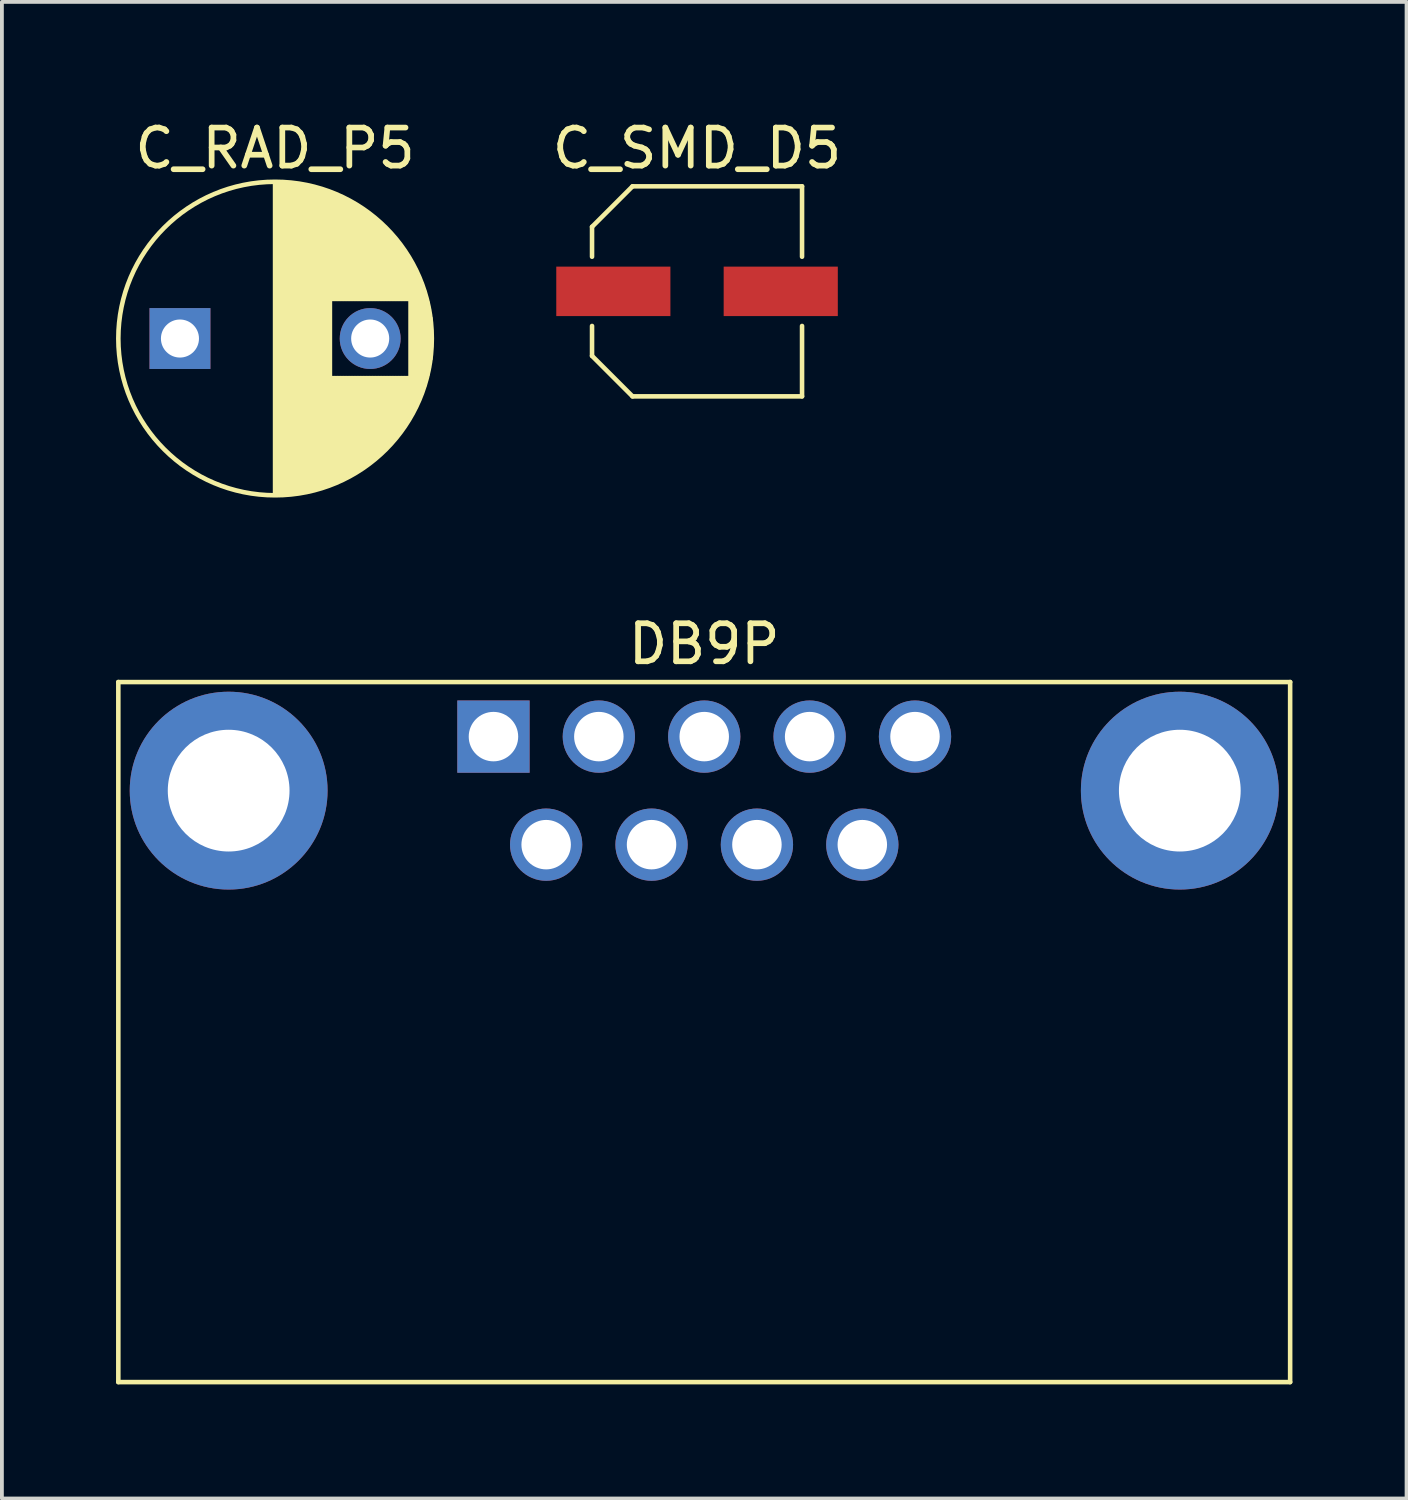
<source format=kicad_pcb>
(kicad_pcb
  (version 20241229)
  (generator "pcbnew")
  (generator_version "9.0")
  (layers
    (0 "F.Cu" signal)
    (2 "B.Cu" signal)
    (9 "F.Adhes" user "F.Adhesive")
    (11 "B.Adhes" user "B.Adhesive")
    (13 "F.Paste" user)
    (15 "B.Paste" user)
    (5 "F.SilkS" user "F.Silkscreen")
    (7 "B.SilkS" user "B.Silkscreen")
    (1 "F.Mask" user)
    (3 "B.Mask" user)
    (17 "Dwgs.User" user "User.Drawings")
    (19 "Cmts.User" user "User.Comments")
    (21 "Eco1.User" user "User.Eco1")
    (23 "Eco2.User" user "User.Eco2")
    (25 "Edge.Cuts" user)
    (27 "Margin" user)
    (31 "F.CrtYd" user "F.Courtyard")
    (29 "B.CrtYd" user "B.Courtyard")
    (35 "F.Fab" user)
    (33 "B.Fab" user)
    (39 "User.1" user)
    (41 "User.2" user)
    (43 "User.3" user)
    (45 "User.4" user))
  (footprint "DB9P"
    (layer "F.Cu")
    (at 9.92 16.311)
    (property "Reference" "DB9P" (at 5.54 -2.434 0) (layer "F.SilkS") (effects (font (size 1 1) (thickness 0.15))))
    (attr through_hole)
    (fp_line (start -9.86 -1.434) (end 20.94 -1.434) (stroke (width 0.12) (type solid)) (layer "F.SilkS"))
    (fp_line (start -9.86 16.966) (end -9.86 -1.434) (stroke (width 0.12) (type solid)) (layer "F.SilkS"))
    (fp_line (start 20.94 -1.434) (end 20.94 16.966) (stroke (width 0.12) (type solid)) (layer "F.SilkS"))
    (fp_line (start 20.94 16.966) (end -9.86 16.966) (stroke (width 0.12) (type solid)) (layer "F.SilkS"))
    (pad "0" thru_hole circle (at -6.96 1.42) (size 5.2 5.2) (drill 3.2) (layers "*.Cu" "*.Mask"))
    (pad "0" thru_hole circle (at 18.04 1.42) (size 5.2 5.2) (drill 3.2) (layers "*.Cu" "*.Mask"))
    (pad "1" thru_hole rect (at 0 0) (size 1.9 1.9) (drill 1.3) (layers "*.Cu" "*.Mask"))
    (pad "2" thru_hole circle (at 2.77 0) (size 1.9 1.9) (drill 1.3) (layers "*.Cu" "*.Mask"))
    (pad "3" thru_hole circle (at 5.54 0) (size 1.9 1.9) (drill 1.3) (layers "*.Cu" "*.Mask"))
    (pad "4" thru_hole circle (at 8.31 0) (size 1.9 1.9) (drill 1.3) (layers "*.Cu" "*.Mask"))
    (pad "5" thru_hole circle (at 11.08 0) (size 1.9 1.9) (drill 1.3) (layers "*.Cu" "*.Mask"))
    (pad "6" thru_hole circle (at 1.385 2.84) (size 1.9 1.9) (drill 1.3) (layers "*.Cu" "*.Mask"))
    (pad "7" thru_hole circle (at 4.155 2.84) (size 1.9 1.9) (drill 1.3) (layers "*.Cu" "*.Mask"))
    (pad "8" thru_hole circle (at 6.925 2.84) (size 1.9 1.9) (drill 1.3) (layers "*.Cu" "*.Mask"))
    (pad "9" thru_hole circle (at 9.695 2.84) (size 1.9 1.9) (drill 1.3) (layers "*.Cu" "*.Mask")))
  (footprint "C_SMD_D5"
    (layer "F.Cu")
    (at 15.271 4.608)
    (property "Reference" "C_SMD_D5" (at 0 -3.76 0) (layer "F.SilkS") (effects (font (size 1 1) (thickness 0.15))))
    (attr smd)
    (fp_line (start -2.76 -1.696) (end -2.76 -0.91) (stroke (width 0.12) (type solid)) (layer "F.SilkS"))
    (fp_line (start -2.76 -1.696) (end -1.696 -2.76) (stroke (width 0.12) (type solid)) (layer "F.SilkS"))
    (fp_line (start -2.76 1.696) (end -2.76 0.91) (stroke (width 0.12) (type solid)) (layer "F.SilkS"))
    (fp_line (start -2.76 1.696) (end -1.696 2.76) (stroke (width 0.12) (type solid)) (layer "F.SilkS"))
    (fp_line (start -1.696 -2.76) (end 2.76 -2.76) (stroke (width 0.12) (type solid)) (layer "F.SilkS"))
    (fp_line (start -1.696 2.76) (end 2.76 2.76) (stroke (width 0.12) (type solid)) (layer "F.SilkS"))
    (fp_line (start 2.76 -2.76) (end 2.76 -0.91) (stroke (width 0.12) (type solid)) (layer "F.SilkS"))
    (fp_line (start 2.76 2.76) (end 2.76 0.91) (stroke (width 0.12) (type solid)) (layer "F.SilkS"))
    (pad "1" smd rect (at -2.2 0) (size 3 1.3) (layers "F.Cu" "F.Mask" "F.Paste"))
    (pad "2" smd rect (at 2.2 0) (size 3 1.3) (layers "F.Cu" "F.Mask" "F.Paste")))
  (footprint "C_RAD_P5"
    (layer "F.Cu")
    (at 1.68 5.848)
    (property "Reference" "C_RAD_P5" (at 2.5 -5 0) (layer "F.SilkS") (effects (font (size 1 1) (thickness 0.15))))
    (attr through_hole)
    (fp_line (start 2.5 -4.08) (end 2.5 4.08) (stroke (width 0.12) (type solid)) (layer "F.SilkS"))
    (fp_line (start 2.54 -4.08) (end 2.54 4.08) (stroke (width 0.12) (type solid)) (layer "F.SilkS"))
    (fp_line (start 2.58 -4.08) (end 2.58 4.08) (stroke (width 0.12) (type solid)) (layer "F.SilkS"))
    (fp_line (start 2.62 -4.079) (end 2.62 4.079) (stroke (width 0.12) (type solid)) (layer "F.SilkS"))
    (fp_line (start 2.66 -4.077) (end 2.66 4.077) (stroke (width 0.12) (type solid)) (layer "F.SilkS"))
    (fp_line (start 2.7 -4.076) (end 2.7 4.076) (stroke (width 0.12) (type solid)) (layer "F.SilkS"))
    (fp_line (start 2.74 -4.074) (end 2.74 4.074) (stroke (width 0.12) (type solid)) (layer "F.SilkS"))
    (fp_line (start 2.78 -4.071) (end 2.78 4.071) (stroke (width 0.12) (type solid)) (layer "F.SilkS"))
    (fp_line (start 2.82 -4.068) (end 2.82 4.068) (stroke (width 0.12) (type solid)) (layer "F.SilkS"))
    (fp_line (start 2.86 -4.065) (end 2.86 4.065) (stroke (width 0.12) (type solid)) (layer "F.SilkS"))
    (fp_line (start 2.9 -4.061) (end 2.9 4.061) (stroke (width 0.12) (type solid)) (layer "F.SilkS"))
    (fp_line (start 2.94 -4.057) (end 2.94 4.057) (stroke (width 0.12) (type solid)) (layer "F.SilkS"))
    (fp_line (start 2.98 -4.052) (end 2.98 4.052) (stroke (width 0.12) (type solid)) (layer "F.SilkS"))
    (fp_line (start 3.02 -4.048) (end 3.02 4.048) (stroke (width 0.12) (type solid)) (layer "F.SilkS"))
    (fp_line (start 3.06 -4.042) (end 3.06 4.042) (stroke (width 0.12) (type solid)) (layer "F.SilkS"))
    (fp_line (start 3.1 -4.037) (end 3.1 4.037) (stroke (width 0.12) (type solid)) (layer "F.SilkS"))
    (fp_line (start 3.14 -4.03) (end 3.14 4.03) (stroke (width 0.12) (type solid)) (layer "F.SilkS"))
    (fp_line (start 3.18 -4.024) (end 3.18 4.024) (stroke (width 0.12) (type solid)) (layer "F.SilkS"))
    (fp_line (start 3.221 -4.017) (end 3.221 4.017) (stroke (width 0.12) (type solid)) (layer "F.SilkS"))
    (fp_line (start 3.261 -4.01) (end 3.261 4.01) (stroke (width 0.12) (type solid)) (layer "F.SilkS"))
    (fp_line (start 3.301 -4.002) (end 3.301 4.002) (stroke (width 0.12) (type solid)) (layer "F.SilkS"))
    (fp_line (start 3.341 -3.994) (end 3.341 3.994) (stroke (width 0.12) (type solid)) (layer "F.SilkS"))
    (fp_line (start 3.381 -3.985) (end 3.381 3.985) (stroke (width 0.12) (type solid)) (layer "F.SilkS"))
    (fp_line (start 3.421 -3.976) (end 3.421 3.976) (stroke (width 0.12) (type solid)) (layer "F.SilkS"))
    (fp_line (start 3.461 -3.967) (end 3.461 3.967) (stroke (width 0.12) (type solid)) (layer "F.SilkS"))
    (fp_line (start 3.501 -3.957) (end 3.501 3.957) (stroke (width 0.12) (type solid)) (layer "F.SilkS"))
    (fp_line (start 3.541 -3.947) (end 3.541 3.947) (stroke (width 0.12) (type solid)) (layer "F.SilkS"))
    (fp_line (start 3.581 -3.936) (end 3.581 3.936) (stroke (width 0.12) (type solid)) (layer "F.SilkS"))
    (fp_line (start 3.621 -3.925) (end 3.621 3.925) (stroke (width 0.12) (type solid)) (layer "F.SilkS"))
    (fp_line (start 3.661 -3.914) (end 3.661 3.914) (stroke (width 0.12) (type solid)) (layer "F.SilkS"))
    (fp_line (start 3.701 -3.902) (end 3.701 3.902) (stroke (width 0.12) (type solid)) (layer "F.SilkS"))
    (fp_line (start 3.741 -3.889) (end 3.741 3.889) (stroke (width 0.12) (type solid)) (layer "F.SilkS"))
    (fp_line (start 3.781 -3.877) (end 3.781 3.877) (stroke (width 0.12) (type solid)) (layer "F.SilkS"))
    (fp_line (start 3.821 -3.863) (end 3.821 3.863) (stroke (width 0.12) (type solid)) (layer "F.SilkS"))
    (fp_line (start 3.861 -3.85) (end 3.861 3.85) (stroke (width 0.12) (type solid)) (layer "F.SilkS"))
    (fp_line (start 3.901 -3.835) (end 3.901 3.835) (stroke (width 0.12) (type solid)) (layer "F.SilkS"))
    (fp_line (start 3.941 -3.821) (end 3.941 3.821) (stroke (width 0.12) (type solid)) (layer "F.SilkS"))
    (fp_line (start 3.981 -3.805) (end 3.981 -1.04) (stroke (width 0.12) (type solid)) (layer "F.SilkS"))
    (fp_line (start 3.981 1.04) (end 3.981 3.805) (stroke (width 0.12) (type solid)) (layer "F.SilkS"))
    (fp_line (start 4.021 -3.79) (end 4.021 -1.04) (stroke (width 0.12) (type solid)) (layer "F.SilkS"))
    (fp_line (start 4.021 1.04) (end 4.021 3.79) (stroke (width 0.12) (type solid)) (layer "F.SilkS"))
    (fp_line (start 4.061 -3.774) (end 4.061 -1.04) (stroke (width 0.12) (type solid)) (layer "F.SilkS"))
    (fp_line (start 4.061 1.04) (end 4.061 3.774) (stroke (width 0.12) (type solid)) (layer "F.SilkS"))
    (fp_line (start 4.101 -3.757) (end 4.101 -1.04) (stroke (width 0.12) (type solid)) (layer "F.SilkS"))
    (fp_line (start 4.101 1.04) (end 4.101 3.757) (stroke (width 0.12) (type solid)) (layer "F.SilkS"))
    (fp_line (start 4.141 -3.74) (end 4.141 -1.04) (stroke (width 0.12) (type solid)) (layer "F.SilkS"))
    (fp_line (start 4.141 1.04) (end 4.141 3.74) (stroke (width 0.12) (type solid)) (layer "F.SilkS"))
    (fp_line (start 4.181 -3.722) (end 4.181 -1.04) (stroke (width 0.12) (type solid)) (layer "F.SilkS"))
    (fp_line (start 4.181 1.04) (end 4.181 3.722) (stroke (width 0.12) (type solid)) (layer "F.SilkS"))
    (fp_line (start 4.221 -3.704) (end 4.221 -1.04) (stroke (width 0.12) (type solid)) (layer "F.SilkS"))
    (fp_line (start 4.221 1.04) (end 4.221 3.704) (stroke (width 0.12) (type solid)) (layer "F.SilkS"))
    (fp_line (start 4.261 -3.686) (end 4.261 -1.04) (stroke (width 0.12) (type solid)) (layer "F.SilkS"))
    (fp_line (start 4.261 1.04) (end 4.261 3.686) (stroke (width 0.12) (type solid)) (layer "F.SilkS"))
    (fp_line (start 4.301 -3.666) (end 4.301 -1.04) (stroke (width 0.12) (type solid)) (layer "F.SilkS"))
    (fp_line (start 4.301 1.04) (end 4.301 3.666) (stroke (width 0.12) (type solid)) (layer "F.SilkS"))
    (fp_line (start 4.341 -3.647) (end 4.341 -1.04) (stroke (width 0.12) (type solid)) (layer "F.SilkS"))
    (fp_line (start 4.341 1.04) (end 4.341 3.647) (stroke (width 0.12) (type solid)) (layer "F.SilkS"))
    (fp_line (start 4.381 -3.627) (end 4.381 -1.04) (stroke (width 0.12) (type solid)) (layer "F.SilkS"))
    (fp_line (start 4.381 1.04) (end 4.381 3.627) (stroke (width 0.12) (type solid)) (layer "F.SilkS"))
    (fp_line (start 4.421 -3.606) (end 4.421 -1.04) (stroke (width 0.12) (type solid)) (layer "F.SilkS"))
    (fp_line (start 4.421 1.04) (end 4.421 3.606) (stroke (width 0.12) (type solid)) (layer "F.SilkS"))
    (fp_line (start 4.461 -3.584) (end 4.461 -1.04) (stroke (width 0.12) (type solid)) (layer "F.SilkS"))
    (fp_line (start 4.461 1.04) (end 4.461 3.584) (stroke (width 0.12) (type solid)) (layer "F.SilkS"))
    (fp_line (start 4.501 -3.562) (end 4.501 -1.04) (stroke (width 0.12) (type solid)) (layer "F.SilkS"))
    (fp_line (start 4.501 1.04) (end 4.501 3.562) (stroke (width 0.12) (type solid)) (layer "F.SilkS"))
    (fp_line (start 4.541 -3.54) (end 4.541 -1.04) (stroke (width 0.12) (type solid)) (layer "F.SilkS"))
    (fp_line (start 4.541 1.04) (end 4.541 3.54) (stroke (width 0.12) (type solid)) (layer "F.SilkS"))
    (fp_line (start 4.581 -3.517) (end 4.581 -1.04) (stroke (width 0.12) (type solid)) (layer "F.SilkS"))
    (fp_line (start 4.581 1.04) (end 4.581 3.517) (stroke (width 0.12) (type solid)) (layer "F.SilkS"))
    (fp_line (start 4.621 -3.493) (end 4.621 -1.04) (stroke (width 0.12) (type solid)) (layer "F.SilkS"))
    (fp_line (start 4.621 1.04) (end 4.621 3.493) (stroke (width 0.12) (type solid)) (layer "F.SilkS"))
    (fp_line (start 4.661 -3.469) (end 4.661 -1.04) (stroke (width 0.12) (type solid)) (layer "F.SilkS"))
    (fp_line (start 4.661 1.04) (end 4.661 3.469) (stroke (width 0.12) (type solid)) (layer "F.SilkS"))
    (fp_line (start 4.701 -3.444) (end 4.701 -1.04) (stroke (width 0.12) (type solid)) (layer "F.SilkS"))
    (fp_line (start 4.701 1.04) (end 4.701 3.444) (stroke (width 0.12) (type solid)) (layer "F.SilkS"))
    (fp_line (start 4.741 -3.418) (end 4.741 -1.04) (stroke (width 0.12) (type solid)) (layer "F.SilkS"))
    (fp_line (start 4.741 1.04) (end 4.741 3.418) (stroke (width 0.12) (type solid)) (layer "F.SilkS"))
    (fp_line (start 4.781 -3.392) (end 4.781 -1.04) (stroke (width 0.12) (type solid)) (layer "F.SilkS"))
    (fp_line (start 4.781 1.04) (end 4.781 3.392) (stroke (width 0.12) (type solid)) (layer "F.SilkS"))
    (fp_line (start 4.821 -3.365) (end 4.821 -1.04) (stroke (width 0.12) (type solid)) (layer "F.SilkS"))
    (fp_line (start 4.821 1.04) (end 4.821 3.365) (stroke (width 0.12) (type solid)) (layer "F.SilkS"))
    (fp_line (start 4.861 -3.338) (end 4.861 -1.04) (stroke (width 0.12) (type solid)) (layer "F.SilkS"))
    (fp_line (start 4.861 1.04) (end 4.861 3.338) (stroke (width 0.12) (type solid)) (layer "F.SilkS"))
    (fp_line (start 4.901 -3.309) (end 4.901 -1.04) (stroke (width 0.12) (type solid)) (layer "F.SilkS"))
    (fp_line (start 4.901 1.04) (end 4.901 3.309) (stroke (width 0.12) (type solid)) (layer "F.SilkS"))
    (fp_line (start 4.941 -3.28) (end 4.941 -1.04) (stroke (width 0.12) (type solid)) (layer "F.SilkS"))
    (fp_line (start 4.941 1.04) (end 4.941 3.28) (stroke (width 0.12) (type solid)) (layer "F.SilkS"))
    (fp_line (start 4.981 -3.25) (end 4.981 -1.04) (stroke (width 0.12) (type solid)) (layer "F.SilkS"))
    (fp_line (start 4.981 1.04) (end 4.981 3.25) (stroke (width 0.12) (type solid)) (layer "F.SilkS"))
    (fp_line (start 5.021 -3.22) (end 5.021 -1.04) (stroke (width 0.12) (type solid)) (layer "F.SilkS"))
    (fp_line (start 5.021 1.04) (end 5.021 3.22) (stroke (width 0.12) (type solid)) (layer "F.SilkS"))
    (fp_line (start 5.061 -3.189) (end 5.061 -1.04) (stroke (width 0.12) (type solid)) (layer "F.SilkS"))
    (fp_line (start 5.061 1.04) (end 5.061 3.189) (stroke (width 0.12) (type solid)) (layer "F.SilkS"))
    (fp_line (start 5.101 -3.156) (end 5.101 -1.04) (stroke (width 0.12) (type solid)) (layer "F.SilkS"))
    (fp_line (start 5.101 1.04) (end 5.101 3.156) (stroke (width 0.12) (type solid)) (layer "F.SilkS"))
    (fp_line (start 5.141 -3.124) (end 5.141 -1.04) (stroke (width 0.12) (type solid)) (layer "F.SilkS"))
    (fp_line (start 5.141 1.04) (end 5.141 3.124) (stroke (width 0.12) (type solid)) (layer "F.SilkS"))
    (fp_line (start 5.181 -3.09) (end 5.181 -1.04) (stroke (width 0.12) (type solid)) (layer "F.SilkS"))
    (fp_line (start 5.181 1.04) (end 5.181 3.09) (stroke (width 0.12) (type solid)) (layer "F.SilkS"))
    (fp_line (start 5.221 -3.055) (end 5.221 -1.04) (stroke (width 0.12) (type solid)) (layer "F.SilkS"))
    (fp_line (start 5.221 1.04) (end 5.221 3.055) (stroke (width 0.12) (type solid)) (layer "F.SilkS"))
    (fp_line (start 5.261 -3.019) (end 5.261 -1.04) (stroke (width 0.12) (type solid)) (layer "F.SilkS"))
    (fp_line (start 5.261 1.04) (end 5.261 3.019) (stroke (width 0.12) (type solid)) (layer "F.SilkS"))
    (fp_line (start 5.301 -2.983) (end 5.301 -1.04) (stroke (width 0.12) (type solid)) (layer "F.SilkS"))
    (fp_line (start 5.301 1.04) (end 5.301 2.983) (stroke (width 0.12) (type solid)) (layer "F.SilkS"))
    (fp_line (start 5.341 -2.945) (end 5.341 -1.04) (stroke (width 0.12) (type solid)) (layer "F.SilkS"))
    (fp_line (start 5.341 1.04) (end 5.341 2.945) (stroke (width 0.12) (type solid)) (layer "F.SilkS"))
    (fp_line (start 5.381 -2.907) (end 5.381 -1.04) (stroke (width 0.12) (type solid)) (layer "F.SilkS"))
    (fp_line (start 5.381 1.04) (end 5.381 2.907) (stroke (width 0.12) (type solid)) (layer "F.SilkS"))
    (fp_line (start 5.421 -2.867) (end 5.421 -1.04) (stroke (width 0.12) (type solid)) (layer "F.SilkS"))
    (fp_line (start 5.421 1.04) (end 5.421 2.867) (stroke (width 0.12) (type solid)) (layer "F.SilkS"))
    (fp_line (start 5.461 -2.826) (end 5.461 -1.04) (stroke (width 0.12) (type solid)) (layer "F.SilkS"))
    (fp_line (start 5.461 1.04) (end 5.461 2.826) (stroke (width 0.12) (type solid)) (layer "F.SilkS"))
    (fp_line (start 5.501 -2.784) (end 5.501 -1.04) (stroke (width 0.12) (type solid)) (layer "F.SilkS"))
    (fp_line (start 5.501 1.04) (end 5.501 2.784) (stroke (width 0.12) (type solid)) (layer "F.SilkS"))
    (fp_line (start 5.541 -2.741) (end 5.541 -1.04) (stroke (width 0.12) (type solid)) (layer "F.SilkS"))
    (fp_line (start 5.541 1.04) (end 5.541 2.741) (stroke (width 0.12) (type solid)) (layer "F.SilkS"))
    (fp_line (start 5.581 -2.697) (end 5.581 -1.04) (stroke (width 0.12) (type solid)) (layer "F.SilkS"))
    (fp_line (start 5.581 1.04) (end 5.581 2.697) (stroke (width 0.12) (type solid)) (layer "F.SilkS"))
    (fp_line (start 5.621 -2.651) (end 5.621 -1.04) (stroke (width 0.12) (type solid)) (layer "F.SilkS"))
    (fp_line (start 5.621 1.04) (end 5.621 2.651) (stroke (width 0.12) (type solid)) (layer "F.SilkS"))
    (fp_line (start 5.661 -2.604) (end 5.661 -1.04) (stroke (width 0.12) (type solid)) (layer "F.SilkS"))
    (fp_line (start 5.661 1.04) (end 5.661 2.604) (stroke (width 0.12) (type solid)) (layer "F.SilkS"))
    (fp_line (start 5.701 -2.556) (end 5.701 -1.04) (stroke (width 0.12) (type solid)) (layer "F.SilkS"))
    (fp_line (start 5.701 1.04) (end 5.701 2.556) (stroke (width 0.12) (type solid)) (layer "F.SilkS"))
    (fp_line (start 5.741 -2.505) (end 5.741 -1.04) (stroke (width 0.12) (type solid)) (layer "F.SilkS"))
    (fp_line (start 5.741 1.04) (end 5.741 2.505) (stroke (width 0.12) (type solid)) (layer "F.SilkS"))
    (fp_line (start 5.781 -2.454) (end 5.781 -1.04) (stroke (width 0.12) (type solid)) (layer "F.SilkS"))
    (fp_line (start 5.781 1.04) (end 5.781 2.454) (stroke (width 0.12) (type solid)) (layer "F.SilkS"))
    (fp_line (start 5.821 -2.4) (end 5.821 -1.04) (stroke (width 0.12) (type solid)) (layer "F.SilkS"))
    (fp_line (start 5.821 1.04) (end 5.821 2.4) (stroke (width 0.12) (type solid)) (layer "F.SilkS"))
    (fp_line (start 5.861 -2.345) (end 5.861 -1.04) (stroke (width 0.12) (type solid)) (layer "F.SilkS"))
    (fp_line (start 5.861 1.04) (end 5.861 2.345) (stroke (width 0.12) (type solid)) (layer "F.SilkS"))
    (fp_line (start 5.901 -2.287) (end 5.901 -1.04) (stroke (width 0.12) (type solid)) (layer "F.SilkS"))
    (fp_line (start 5.901 1.04) (end 5.901 2.287) (stroke (width 0.12) (type solid)) (layer "F.SilkS"))
    (fp_line (start 5.941 -2.228) (end 5.941 -1.04) (stroke (width 0.12) (type solid)) (layer "F.SilkS"))
    (fp_line (start 5.941 1.04) (end 5.941 2.228) (stroke (width 0.12) (type solid)) (layer "F.SilkS"))
    (fp_line (start 5.981 -2.166) (end 5.981 -1.04) (stroke (width 0.12) (type solid)) (layer "F.SilkS"))
    (fp_line (start 5.981 1.04) (end 5.981 2.166) (stroke (width 0.12) (type solid)) (layer "F.SilkS"))
    (fp_line (start 6.021 -2.102) (end 6.021 -1.04) (stroke (width 0.12) (type solid)) (layer "F.SilkS"))
    (fp_line (start 6.021 1.04) (end 6.021 2.102) (stroke (width 0.12) (type solid)) (layer "F.SilkS"))
    (fp_line (start 6.061 -2.034) (end 6.061 2.034) (stroke (width 0.12) (type solid)) (layer "F.SilkS"))
    (fp_line (start 6.101 -1.964) (end 6.101 1.964) (stroke (width 0.12) (type solid)) (layer "F.SilkS"))
    (fp_line (start 6.141 -1.89) (end 6.141 1.89) (stroke (width 0.12) (type solid)) (layer "F.SilkS"))
    (fp_line (start 6.181 -1.813) (end 6.181 1.813) (stroke (width 0.12) (type solid)) (layer "F.SilkS"))
    (fp_line (start 6.221 -1.731) (end 6.221 1.731) (stroke (width 0.12) (type solid)) (layer "F.SilkS"))
    (fp_line (start 6.261 -1.645) (end 6.261 1.645) (stroke (width 0.12) (type solid)) (layer "F.SilkS"))
    (fp_line (start 6.301 -1.552) (end 6.301 1.552) (stroke (width 0.12) (type solid)) (layer "F.SilkS"))
    (fp_line (start 6.341 -1.453) (end 6.341 1.453) (stroke (width 0.12) (type solid)) (layer "F.SilkS"))
    (fp_line (start 6.381 -1.346) (end 6.381 1.346) (stroke (width 0.12) (type solid)) (layer "F.SilkS"))
    (fp_line (start 6.421 -1.229) (end 6.421 1.229) (stroke (width 0.12) (type solid)) (layer "F.SilkS"))
    (fp_line (start 6.461 -1.098) (end 6.461 1.098) (stroke (width 0.12) (type solid)) (layer "F.SilkS"))
    (fp_line (start 6.501 -0.948) (end 6.501 0.948) (stroke (width 0.12) (type solid)) (layer "F.SilkS"))
    (fp_line (start 6.541 -0.768) (end 6.541 0.768) (stroke (width 0.12) (type solid)) (layer "F.SilkS"))
    (fp_line (start 6.581 -0.533) (end 6.581 0.533) (stroke (width 0.12) (type solid)) (layer "F.SilkS"))
    (fp_circle (center 2.5 0) (end 6.62 0) (stroke (width 0.12) (type solid)) (fill no) (layer "F.SilkS"))
    (pad "1" thru_hole rect (at 0 0) (size 1.6 1.6) (drill 1) (layers "*.Cu" "*.Mask"))
    (pad "2" thru_hole circle (at 5 0) (size 1.6 1.6) (drill 1) (layers "*.Cu" "*.Mask")))
  (gr_rect
    (start -3 -3)
    (end 33.92 36.337)
    (stroke (width 0.1) (type default))
    (fill no)
    (layer "Edge.Cuts")))
</source>
